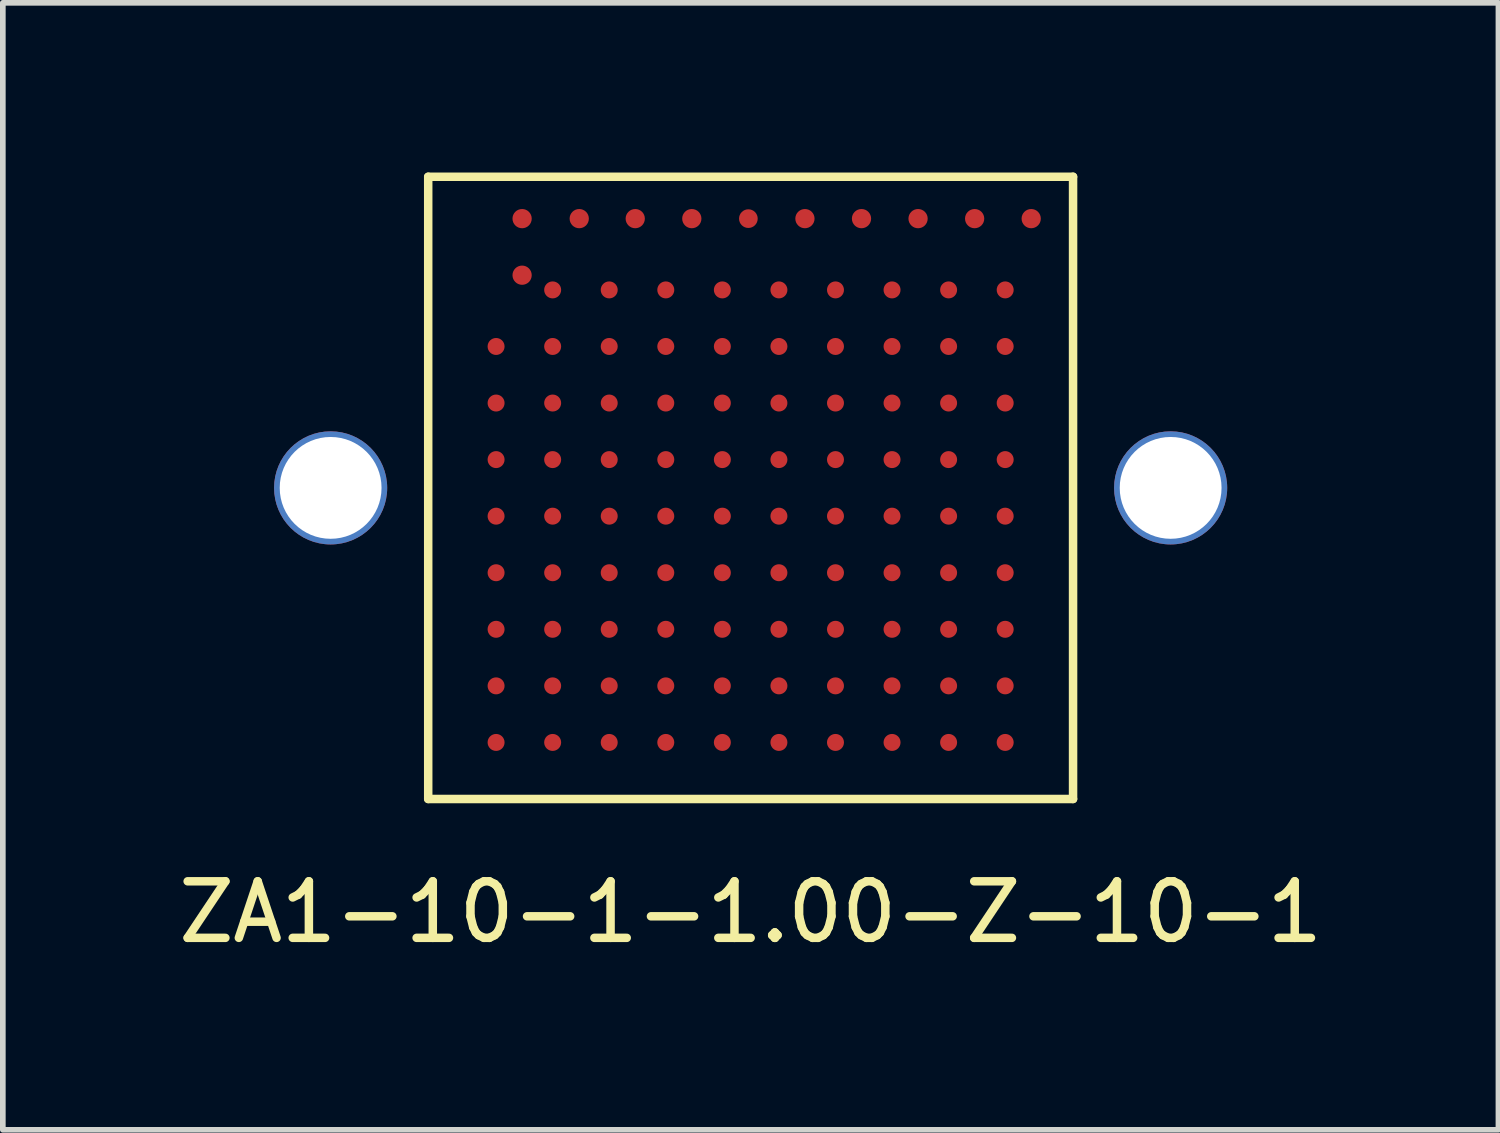
<source format=kicad_pcb>
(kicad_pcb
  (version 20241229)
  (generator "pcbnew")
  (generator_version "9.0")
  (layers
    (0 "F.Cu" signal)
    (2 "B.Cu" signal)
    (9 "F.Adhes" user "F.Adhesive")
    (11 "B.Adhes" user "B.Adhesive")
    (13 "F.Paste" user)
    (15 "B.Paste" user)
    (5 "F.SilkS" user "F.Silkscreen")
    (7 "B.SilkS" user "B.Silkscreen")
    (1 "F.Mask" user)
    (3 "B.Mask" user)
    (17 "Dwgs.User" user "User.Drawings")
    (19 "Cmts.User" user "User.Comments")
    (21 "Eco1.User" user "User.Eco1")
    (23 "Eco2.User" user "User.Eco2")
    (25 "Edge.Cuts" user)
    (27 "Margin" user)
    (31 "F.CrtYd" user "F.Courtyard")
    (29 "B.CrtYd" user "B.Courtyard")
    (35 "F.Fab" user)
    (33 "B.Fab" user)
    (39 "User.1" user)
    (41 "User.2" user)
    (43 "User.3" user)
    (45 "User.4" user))
  (footprint "ZA1-10-1-1.00-Z-10-1"
    (layer "F.Cu")
    (at 10.22 5.575)
    (property "Reference" "ZA1-10-1-1.00-Z-10-1" (at 0 7.5 0) (layer "F.SilkS") (effects (font (size 1 1) (thickness 0.15))))
    (attr through_hole)
    (fp_line (start -5.7 -5.5) (end -5.7 5.5) (stroke (width 0.15) (type solid)) (layer "F.SilkS"))
    (fp_line (start -5.7 5.5) (end 5.7 5.5) (stroke (width 0.15) (type solid)) (layer "F.SilkS"))
    (fp_line (start 5.7 -5.5) (end -5.7 -5.5) (stroke (width 0.15) (type solid)) (layer "F.SilkS"))
    (fp_line (start 5.7 5.5) (end 5.7 -5.5) (stroke (width 0.15) (type solid)) (layer "F.SilkS"))
    (pad "11" smd circle (at -4.5 -0.5) (size 0.3 0.3) (layers "F.Cu" "F.Mask" "F.Paste"))
    (pad "12" smd circle (at -3.5 -0.5) (size 0.3 0.3) (layers "F.Cu" "F.Mask" "F.Paste"))
    (pad "13" smd circle (at -2.5 -0.5) (size 0.3 0.3) (layers "F.Cu" "F.Mask" "F.Paste"))
    (pad "14" smd circle (at -1.5 -0.5) (size 0.3 0.3) (layers "F.Cu" "F.Mask" "F.Paste"))
    (pad "15" smd circle (at -0.5 -0.5) (size 0.3 0.3) (layers "F.Cu" "F.Mask" "F.Paste"))
    (pad "16" smd circle (at 0.5 -0.5) (size 0.3 0.3) (layers "F.Cu" "F.Mask" "F.Paste"))
    (pad "17" smd circle (at 1.5 -0.5) (size 0.3 0.3) (layers "F.Cu" "F.Mask" "F.Paste"))
    (pad "18" smd circle (at 2.5 -0.5) (size 0.3 0.3) (layers "F.Cu" "F.Mask" "F.Paste"))
    (pad "19" smd circle (at 3.5 -0.5) (size 0.3 0.3) (layers "F.Cu" "F.Mask" "F.Paste"))
    (pad "20" smd circle (at 4.5 -0.5) (size 0.3 0.3) (layers "F.Cu" "F.Mask" "F.Paste"))
    (pad "21" smd circle (at -4.5 0.5) (size 0.3 0.3) (layers "F.Cu" "F.Mask" "F.Paste"))
    (pad "22" smd circle (at -3.5 0.5) (size 0.3 0.3) (layers "F.Cu" "F.Mask" "F.Paste"))
    (pad "23" smd circle (at -2.5 0.5) (size 0.3 0.3) (layers "F.Cu" "F.Mask" "F.Paste"))
    (pad "24" smd circle (at -1.5 0.5) (size 0.3 0.3) (layers "F.Cu" "F.Mask" "F.Paste"))
    (pad "25" smd circle (at -0.5 0.5) (size 0.3 0.3) (layers "F.Cu" "F.Mask" "F.Paste"))
    (pad "26" smd circle (at 0.5 0.5) (size 0.3 0.3) (layers "F.Cu" "F.Mask" "F.Paste"))
    (pad "27" smd circle (at 1.5 0.5) (size 0.3 0.3) (layers "F.Cu" "F.Mask" "F.Paste"))
    (pad "28" smd circle (at 2.5 0.5) (size 0.3 0.3) (layers "F.Cu" "F.Mask" "F.Paste"))
    (pad "29" smd circle (at 3.5 0.5) (size 0.3 0.3) (layers "F.Cu" "F.Mask" "F.Paste"))
    (pad "30" smd circle (at 4.5 0.5) (size 0.3 0.3) (layers "F.Cu" "F.Mask" "F.Paste"))
    (pad "31" smd circle (at -4.5 -1.5) (size 0.3 0.3) (layers "F.Cu" "F.Mask" "F.Paste"))
    (pad "32" smd circle (at -4.5 -2.5) (size 0.3 0.3) (layers "F.Cu" "F.Mask" "F.Paste"))
    (pad "35" smd circle (at -4.5 1.5) (size 0.3 0.3) (layers "F.Cu" "F.Mask" "F.Paste"))
    (pad "36" smd circle (at -4.5 2.5) (size 0.3 0.3) (layers "F.Cu" "F.Mask" "F.Paste"))
    (pad "37" smd circle (at -4.5 3.5) (size 0.3 0.3) (layers "F.Cu" "F.Mask" "F.Paste"))
    (pad "38" smd circle (at -4.5 4.5) (size 0.3 0.3) (layers "F.Cu" "F.Mask" "F.Paste"))
    (pad "39" smd circle (at -3.5 1.5) (size 0.3 0.3) (layers "F.Cu" "F.Mask" "F.Paste"))
    (pad "40" smd circle (at -3.5 2.5) (size 0.3 0.3) (layers "F.Cu" "F.Mask" "F.Paste"))
    (pad "41" smd circle (at -3.5 3.5) (size 0.3 0.3) (layers "F.Cu" "F.Mask" "F.Paste"))
    (pad "42" smd circle (at -3.5 4.5) (size 0.3 0.3) (layers "F.Cu" "F.Mask" "F.Paste"))
    (pad "43" smd circle (at -2.5 4.5) (size 0.3 0.3) (layers "F.Cu" "F.Mask" "F.Paste"))
    (pad "44" smd circle (at -2.5 3.5) (size 0.3 0.3) (layers "F.Cu" "F.Mask" "F.Paste"))
    (pad "45" smd circle (at -2.5 2.5) (size 0.3 0.3) (layers "F.Cu" "F.Mask" "F.Paste"))
    (pad "46" smd circle (at -2.5 1.5) (size 0.3 0.3) (layers "F.Cu" "F.Mask" "F.Paste"))
    (pad "47" smd circle (at -1.5 1.5) (size 0.3 0.3) (layers "F.Cu" "F.Mask" "F.Paste"))
    (pad "48" smd circle (at -1.5 2.5) (size 0.3 0.3) (layers "F.Cu" "F.Mask" "F.Paste"))
    (pad "49" smd circle (at -1.5 3.5) (size 0.3 0.3) (layers "F.Cu" "F.Mask" "F.Paste"))
    (pad "50" smd circle (at -1.5 4.5) (size 0.3 0.3) (layers "F.Cu" "F.Mask" "F.Paste"))
    (pad "51" smd circle (at -0.5 1.5) (size 0.3 0.3) (layers "F.Cu" "F.Mask" "F.Paste"))
    (pad "52" smd circle (at -0.5 2.5) (size 0.3 0.3) (layers "F.Cu" "F.Mask" "F.Paste"))
    (pad "53" smd circle (at -0.5 3.5) (size 0.3 0.3) (layers "F.Cu" "F.Mask" "F.Paste"))
    (pad "54" smd circle (at -0.5 4.5) (size 0.3 0.3) (layers "F.Cu" "F.Mask" "F.Paste"))
    (pad "55" smd circle (at 0.5 1.5) (size 0.3 0.3) (layers "F.Cu" "F.Mask" "F.Paste"))
    (pad "56" smd circle (at 0.5 2.5) (size 0.3 0.3) (layers "F.Cu" "F.Mask" "F.Paste"))
    (pad "57" smd circle (at 0.5 3.5) (size 0.3 0.3) (layers "F.Cu" "F.Mask" "F.Paste"))
    (pad "58" smd circle (at 0.5 4.5) (size 0.3 0.3) (layers "F.Cu" "F.Mask" "F.Paste"))
    (pad "59" smd circle (at 1.5 1.5) (size 0.3 0.3) (layers "F.Cu" "F.Mask" "F.Paste"))
    (pad "60" smd circle (at 1.5 2.5) (size 0.3 0.3) (layers "F.Cu" "F.Mask" "F.Paste"))
    (pad "61" smd circle (at 1.5 3.5) (size 0.3 0.3) (layers "F.Cu" "F.Mask" "F.Paste"))
    (pad "62" smd circle (at 1.5 4.5) (size 0.3 0.3) (layers "F.Cu" "F.Mask" "F.Paste"))
    (pad "63" smd circle (at 2.5 1.5) (size 0.3 0.3) (layers "F.Cu" "F.Mask" "F.Paste"))
    (pad "64" smd circle (at 2.5 2.5) (size 0.3 0.3) (layers "F.Cu" "F.Mask" "F.Paste"))
    (pad "65" smd circle (at 2.5 3.5) (size 0.3 0.3) (layers "F.Cu" "F.Mask" "F.Paste"))
    (pad "66" smd circle (at 2.5 4.5) (size 0.3 0.3) (layers "F.Cu" "F.Mask" "F.Paste"))
    (pad "67" smd circle (at 3.5 1.5) (size 0.3 0.3) (layers "F.Cu" "F.Mask" "F.Paste"))
    (pad "68" smd circle (at 3.5 2.5) (size 0.3 0.3) (layers "F.Cu" "F.Mask" "F.Paste"))
    (pad "69" smd circle (at 3.5 3.5) (size 0.3 0.3) (layers "F.Cu" "F.Mask" "F.Paste"))
    (pad "70" smd circle (at 3.5 4.5) (size 0.3 0.3) (layers "F.Cu" "F.Mask" "F.Paste"))
    (pad "71" smd circle (at 4.5 1.5) (size 0.3 0.3) (layers "F.Cu" "F.Mask" "F.Paste"))
    (pad "72" smd circle (at 4.5 2.5) (size 0.3 0.3) (layers "F.Cu" "F.Mask" "F.Paste"))
    (pad "73" smd circle (at 4.5 3.5) (size 0.3 0.3) (layers "F.Cu" "F.Mask" "F.Paste"))
    (pad "74" smd circle (at 4.5 4.5) (size 0.3 0.3) (layers "F.Cu" "F.Mask" "F.Paste"))
    (pad "75" smd circle (at -3.5 -1.5) (size 0.3 0.3) (layers "F.Cu" "F.Mask" "F.Paste"))
    (pad "76" smd circle (at -2.5 -1.5) (size 0.3 0.3) (layers "F.Cu" "F.Mask" "F.Paste"))
    (pad "77" smd circle (at -1.5 -1.5) (size 0.3 0.3) (layers "F.Cu" "F.Mask" "F.Paste"))
    (pad "78" smd circle (at -0.5 -1.5) (size 0.3 0.3) (layers "F.Cu" "F.Mask" "F.Paste"))
    (pad "79" smd circle (at 0.5 -1.5) (size 0.3 0.3) (layers "F.Cu" "F.Mask" "F.Paste"))
    (pad "80" smd circle (at 1.5 -1.5) (size 0.3 0.3) (layers "F.Cu" "F.Mask" "F.Paste"))
    (pad "81" smd circle (at 2.5 -1.5) (size 0.3 0.3) (layers "F.Cu" "F.Mask" "F.Paste"))
    (pad "82" smd circle (at 3.5 -1.5) (size 0.3 0.3) (layers "F.Cu" "F.Mask" "F.Paste"))
    (pad "83" smd circle (at 4.5 -1.5) (size 0.3 0.3) (layers "F.Cu" "F.Mask" "F.Paste"))
    (pad "84" smd circle (at -3.5 -2.5) (size 0.3 0.3) (layers "F.Cu" "F.Mask" "F.Paste"))
    (pad "85" smd circle (at -2.5 -2.5) (size 0.3 0.3) (layers "F.Cu" "F.Mask" "F.Paste"))
    (pad "86" smd circle (at -1.5 -2.5) (size 0.3 0.3) (layers "F.Cu" "F.Mask" "F.Paste"))
    (pad "87" smd circle (at -0.5 -2.5) (size 0.3 0.3) (layers "F.Cu" "F.Mask" "F.Paste"))
    (pad "88" smd circle (at 0.5 -2.5) (size 0.3 0.3) (layers "F.Cu" "F.Mask" "F.Paste"))
    (pad "89" smd circle (at 1.5 -2.5) (size 0.3 0.3) (layers "F.Cu" "F.Mask" "F.Paste"))
    (pad "90" smd circle (at 2.5 -2.5) (size 0.3 0.3) (layers "F.Cu" "F.Mask" "F.Paste"))
    (pad "91" smd circle (at 3.5 -2.5) (size 0.3 0.3) (layers "F.Cu" "F.Mask" "F.Paste"))
    (pad "92" smd circle (at 4.5 -2.5) (size 0.3 0.3) (layers "F.Cu" "F.Mask" "F.Paste"))
    (pad "93" smd circle (at -3.5 -3.5) (size 0.3 0.3) (layers "F.Cu" "F.Mask" "F.Paste"))
    (pad "94" smd circle (at -2.5 -3.5) (size 0.3 0.3) (layers "F.Cu" "F.Mask" "F.Paste"))
    (pad "95" smd circle (at -1.5 -3.5) (size 0.3 0.3) (layers "F.Cu" "F.Mask" "F.Paste"))
    (pad "96" smd circle (at -0.5 -3.5) (size 0.3 0.3) (layers "F.Cu" "F.Mask" "F.Paste"))
    (pad "97" smd circle (at 0.5 -3.5) (size 0.3 0.3) (layers "F.Cu" "F.Mask" "F.Paste"))
    (pad "98" smd circle (at 1.5 -3.5) (size 0.3 0.3) (layers "F.Cu" "F.Mask" "F.Paste"))
    (pad "99" smd circle (at 2.5 -3.5) (size 0.3 0.3) (layers "F.Cu" "F.Mask" "F.Paste"))
    (pad "100" smd circle (at 3.5 -3.5) (size 0.3 0.3) (layers "F.Cu" "F.Mask" "F.Paste"))
    (pad "101" smd circle (at 4.5 -3.5) (size 0.3 0.3) (layers "F.Cu" "F.Mask" "F.Paste"))
    (pad "111" thru_hole circle (at -7.425 0) (size 2 2) (drill 1.8) (layers "*.Cu" "*.Mask"))
    (pad "112" thru_hole circle (at 7.425 0) (size 2 2) (drill 1.8) (layers "*.Cu" "*.Mask"))
    (pad "J1" smd circle (at -4.04 -3.76) (size 0.34 0.34) (layers "F.Cu" "F.Mask" "F.Paste"))
    (pad "K1" smd circle (at -4.04 -4.76) (size 0.34 0.34) (layers "F.Cu" "F.Mask" "F.Paste"))
    (pad "K2" smd circle (at -3.03 -4.76) (size 0.34 0.34) (layers "F.Cu" "F.Mask" "F.Paste"))
    (pad "K3" smd circle (at -2.04 -4.76) (size 0.34 0.34) (layers "F.Cu" "F.Mask" "F.Paste"))
    (pad "K4" smd circle (at -1.04 -4.76) (size 0.34 0.34) (layers "F.Cu" "F.Mask" "F.Paste"))
    (pad "K5" smd circle (at -0.04 -4.76) (size 0.33 0.33) (layers "F.Cu" "F.Mask" "F.Paste"))
    (pad "K6" smd circle (at 0.96 -4.76) (size 0.34 0.34) (layers "F.Cu" "F.Mask" "F.Paste"))
    (pad "K7" smd circle (at 1.96 -4.76) (size 0.34 0.34) (layers "F.Cu" "F.Mask" "F.Paste"))
    (pad "K8" smd circle (at 2.96 -4.76) (size 0.34 0.34) (layers "F.Cu" "F.Mask" "F.Paste"))
    (pad "K9" smd circle (at 3.96 -4.76) (size 0.34 0.34) (layers "F.Cu" "F.Mask" "F.Paste"))
    (pad "K10" smd circle (at 4.96 -4.76) (size 0.34 0.34) (layers "F.Cu" "F.Mask" "F.Paste")))
  (gr_rect
    (start -3 -3)
    (end 23.44 16.923)
    (stroke (width 0.1) (type default))
    (fill no)
    (layer "Edge.Cuts")))
</source>
